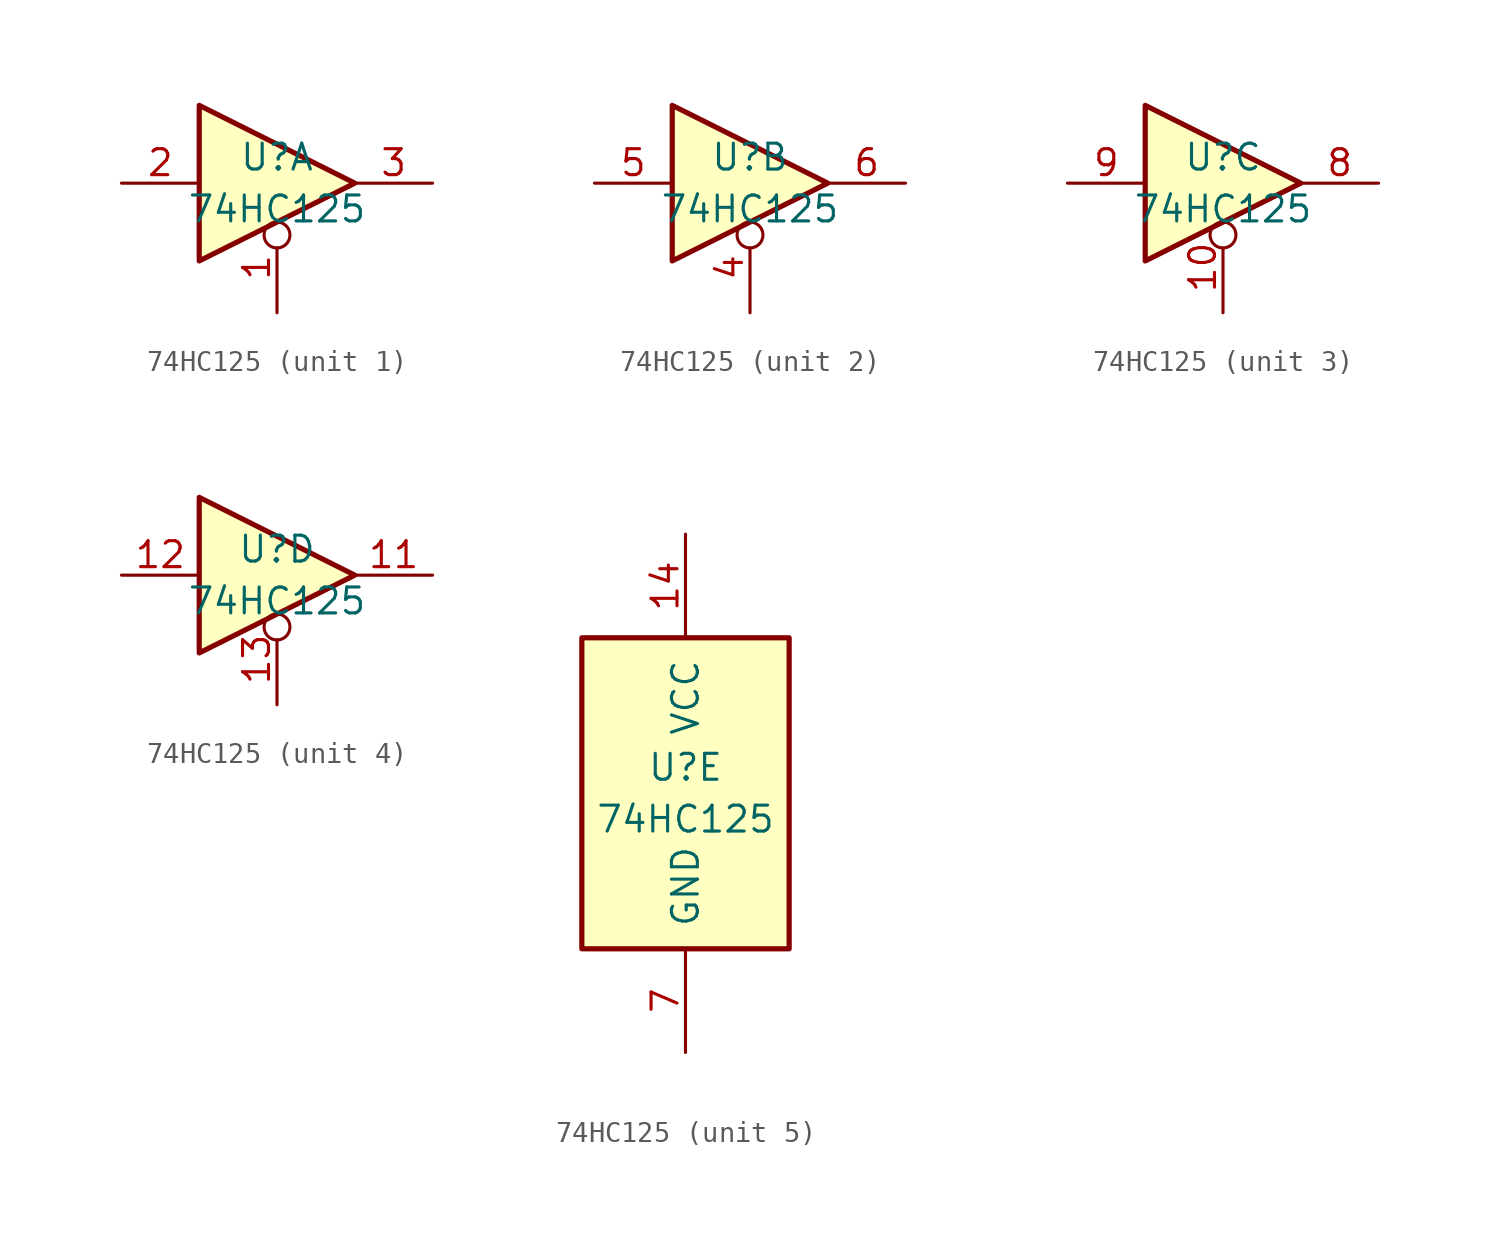
<source format=kicad_sym>
(kicad_symbol_lib
  (version 20211014)
  (generator kicad_symbol_editor)
  (symbol "74HC125"
    (pin_names
      (offset 1.016))
    (property "Reference" "U"
      (at 0 1.27 0)
      (effects (font (size 1.27 1.27))))
    (property "Value" "74HC125"
      (at 0 -1.27 0)
      (effects (font (size 1.27 1.27))))
    (property "ki_locked" ""
      (at 0 0 0)
      (effects (font (size 1.27 1.27))))
    (symbol "74HC125_1_0"
      (polyline (pts (xy -3.81 3.81) (xy -3.81 -3.81) (xy 3.81 0) (xy -3.81 3.81)) (stroke (width 0.254) (type default) (color 0 0 0 0)) (fill (type background)))
      (pin input inverted (at 0 -6.35 90) (length 4.445) (name "~" (effects (font (size 1.27 1.27)))) (number "1" (effects (font (size 1.27 1.27)))))
      (pin input line (at -7.62 0 0) (length 3.81) (name "~" (effects (font (size 1.27 1.27)))) (number "2" (effects (font (size 1.27 1.27)))))
      (pin tri_state line (at 7.62 0 180) (length 3.81) (name "~" (effects (font (size 1.27 1.27)))) (number "3" (effects (font (size 1.27 1.27))))))
    (symbol "74HC125_2_0"
      (polyline (pts (xy -3.81 3.81) (xy -3.81 -3.81) (xy 3.81 0) (xy -3.81 3.81)) (stroke (width 0.254) (type default) (color 0 0 0 0)) (fill (type background)))
      (pin input inverted (at 0 -6.35 90) (length 4.445) (name "~" (effects (font (size 1.27 1.27)))) (number "4" (effects (font (size 1.27 1.27)))))
      (pin input line (at -7.62 0 0) (length 3.81) (name "~" (effects (font (size 1.27 1.27)))) (number "5" (effects (font (size 1.27 1.27)))))
      (pin tri_state line (at 7.62 0 180) (length 3.81) (name "~" (effects (font (size 1.27 1.27)))) (number "6" (effects (font (size 1.27 1.27))))))
    (symbol "74HC125_3_0"
      (polyline (pts (xy -3.81 3.81) (xy -3.81 -3.81) (xy 3.81 0) (xy -3.81 3.81)) (stroke (width 0.254) (type default) (color 0 0 0 0)) (fill (type background)))
      (pin input inverted (at 0 -6.35 90) (length 4.445) (name "~" (effects (font (size 1.27 1.27)))) (number "10" (effects (font (size 1.27 1.27)))))
      (pin tri_state line (at 7.62 0 180) (length 3.81) (name "~" (effects (font (size 1.27 1.27)))) (number "8" (effects (font (size 1.27 1.27)))))
      (pin input line (at -7.62 0 0) (length 3.81) (name "~" (effects (font (size 1.27 1.27)))) (number "9" (effects (font (size 1.27 1.27))))))
    (symbol "74HC125_4_0"
      (polyline (pts (xy -3.81 3.81) (xy -3.81 -3.81) (xy 3.81 0) (xy -3.81 3.81)) (stroke (width 0.254) (type default) (color 0 0 0 0)) (fill (type background)))
      (pin tri_state line (at 7.62 0 180) (length 3.81) (name "~" (effects (font (size 1.27 1.27)))) (number "11" (effects (font (size 1.27 1.27)))))
      (pin input line (at -7.62 0 0) (length 3.81) (name "~" (effects (font (size 1.27 1.27)))) (number "12" (effects (font (size 1.27 1.27)))))
      (pin input inverted (at 0 -6.35 90) (length 4.445) (name "~" (effects (font (size 1.27 1.27)))) (number "13" (effects (font (size 1.27 1.27))))))
    (symbol "74HC125_5_0"
      (pin power_in line (at 0 12.7 270) (length 5.08) (name "VCC" (effects (font (size 1.27 1.27)))) (number "14" (effects (font (size 1.27 1.27)))))
      (pin power_in line (at 0 -12.7 90) (length 5.08) (name "GND" (effects (font (size 1.27 1.27)))) (number "7" (effects (font (size 1.27 1.27))))))
    (symbol "74HC125_5_1"
      (rectangle (start -5.08 7.62) (end 5.08 -7.62) (stroke (width 0.254) (type default) (color 0 0 0 0)) (fill (type background))))))
</source>
